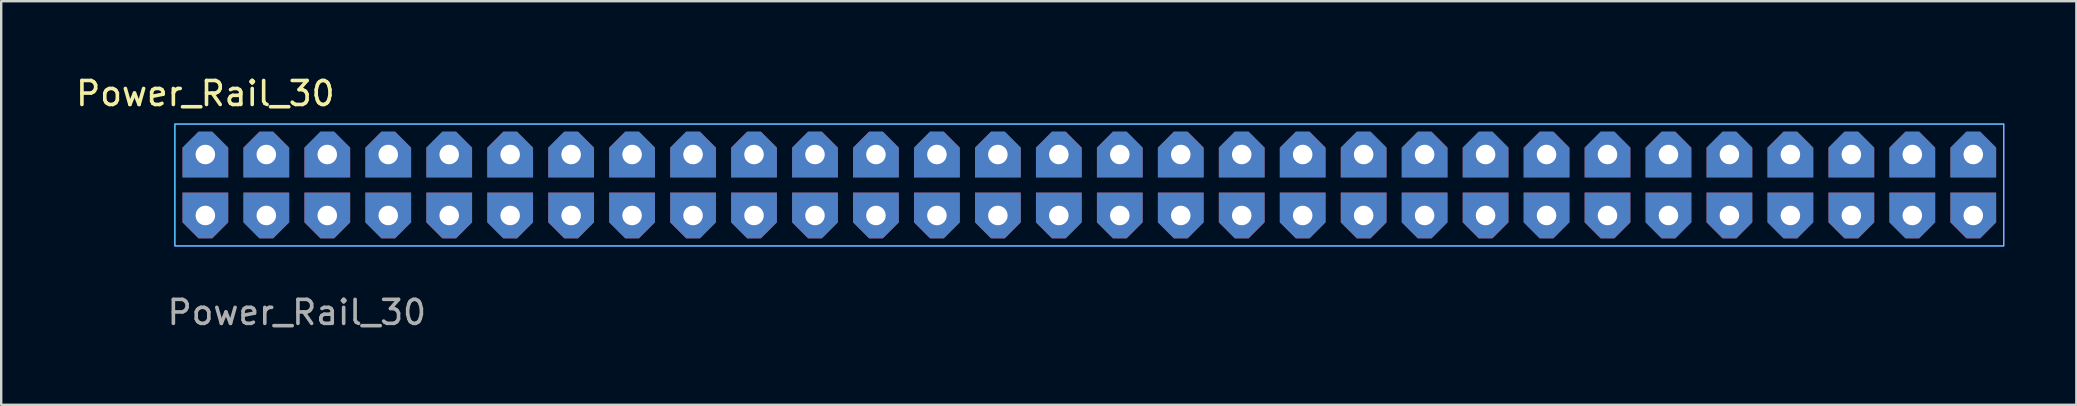
<source format=kicad_pcb>
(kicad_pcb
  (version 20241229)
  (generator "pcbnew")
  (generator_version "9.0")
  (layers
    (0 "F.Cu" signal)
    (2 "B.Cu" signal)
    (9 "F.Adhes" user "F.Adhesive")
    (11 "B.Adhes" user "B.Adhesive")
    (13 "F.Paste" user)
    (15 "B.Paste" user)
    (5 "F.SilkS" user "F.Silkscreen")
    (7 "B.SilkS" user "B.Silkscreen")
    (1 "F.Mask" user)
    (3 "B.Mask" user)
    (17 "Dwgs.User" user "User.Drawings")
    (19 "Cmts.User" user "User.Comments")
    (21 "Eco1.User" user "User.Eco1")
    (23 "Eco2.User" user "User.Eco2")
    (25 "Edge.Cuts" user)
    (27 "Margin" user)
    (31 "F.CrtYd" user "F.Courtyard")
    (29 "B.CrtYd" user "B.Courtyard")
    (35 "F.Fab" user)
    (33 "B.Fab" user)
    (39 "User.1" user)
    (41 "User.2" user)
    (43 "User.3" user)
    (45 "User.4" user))
  (footprint "Power_Rail_30"
    (layer "F.Cu")
    (at 5.506 3.388)
    (property "Reference" "Power_Rail_30" (at 0 -2.54 0) (unlocked yes) (layer "F.SilkS") (effects (font (size 1 1) (thickness 0.15))))
    (attr through_hole)
    (fp_rect (start 74.93 3.81) (end -1.27 -1.27) (stroke (width 0.05) (type default)) (fill no) (layer "B.CrtYd"))
    (fp_rect (start 74.93 3.81) (end -1.27 -1.27) (stroke (width 0.05) (type default)) (fill no) (layer "F.CrtYd"))
    (fp_text user "${REFERENCE}" (at 3.81 6.58 0) (unlocked yes) (layer "F.Fab") (effects (font (size 1 1) (thickness 0.15))))
    (pad "1" thru_hole roundrect (at 0 0) (size 1.905 1.905) (drill 0.813) (layers "*.Cu" "*.Mask") (roundrect_rratio 0) (chamfer_ratio 0.35) (chamfer top_left top_right))
    (pad "1" thru_hole roundrect (at 2.54 0) (size 1.905 1.905) (drill 0.813) (layers "*.Cu" "*.Mask") (roundrect_rratio 0) (chamfer_ratio 0.35) (chamfer top_left top_right))
    (pad "1" thru_hole roundrect (at 5.08 0) (size 1.905 1.905) (drill 0.813) (layers "*.Cu" "*.Mask") (roundrect_rratio 0) (chamfer_ratio 0.35) (chamfer top_left top_right))
    (pad "1" thru_hole roundrect (at 7.62 0) (size 1.905 1.905) (drill 0.813) (layers "*.Cu" "*.Mask") (roundrect_rratio 0) (chamfer_ratio 0.35) (chamfer top_left top_right))
    (pad "1" thru_hole roundrect (at 10.16 0) (size 1.905 1.905) (drill 0.813) (layers "*.Cu" "*.Mask") (roundrect_rratio 0) (chamfer_ratio 0.35) (chamfer top_left top_right))
    (pad "1" thru_hole roundrect (at 12.7 0) (size 1.905 1.905) (drill 0.813) (layers "*.Cu" "*.Mask") (roundrect_rratio 0) (chamfer_ratio 0.35) (chamfer top_left top_right))
    (pad "1" thru_hole roundrect (at 15.24 0) (size 1.905 1.905) (drill 0.813) (layers "*.Cu" "*.Mask") (roundrect_rratio 0) (chamfer_ratio 0.35) (chamfer top_left top_right))
    (pad "1" thru_hole roundrect (at 17.78 0) (size 1.905 1.905) (drill 0.813) (layers "*.Cu" "*.Mask") (roundrect_rratio 0) (chamfer_ratio 0.35) (chamfer top_left top_right))
    (pad "1" thru_hole roundrect (at 20.32 0) (size 1.905 1.905) (drill 0.813) (layers "*.Cu" "*.Mask") (roundrect_rratio 0) (chamfer_ratio 0.35) (chamfer top_left top_right))
    (pad "1" thru_hole roundrect (at 22.86 0) (size 1.905 1.905) (drill 0.813) (layers "*.Cu" "*.Mask") (roundrect_rratio 0) (chamfer_ratio 0.35) (chamfer top_left top_right))
    (pad "1" thru_hole roundrect (at 25.4 0) (size 1.905 1.905) (drill 0.813) (layers "*.Cu" "*.Mask") (roundrect_rratio 0) (chamfer_ratio 0.35) (chamfer top_left top_right))
    (pad "1" thru_hole roundrect (at 27.94 0) (size 1.905 1.905) (drill 0.813) (layers "*.Cu" "*.Mask") (roundrect_rratio 0) (chamfer_ratio 0.35) (chamfer top_left top_right))
    (pad "1" thru_hole roundrect (at 30.48 0) (size 1.905 1.905) (drill 0.813) (layers "*.Cu" "*.Mask") (roundrect_rratio 0) (chamfer_ratio 0.35) (chamfer top_left top_right))
    (pad "1" thru_hole roundrect (at 33.02 0) (size 1.905 1.905) (drill 0.813) (layers "*.Cu" "*.Mask") (roundrect_rratio 0) (chamfer_ratio 0.35) (chamfer top_left top_right))
    (pad "1" thru_hole roundrect (at 35.56 0) (size 1.905 1.905) (drill 0.813) (layers "*.Cu" "*.Mask") (roundrect_rratio 0) (chamfer_ratio 0.35) (chamfer top_left top_right))
    (pad "1" thru_hole roundrect (at 38.1 0) (size 1.905 1.905) (drill 0.813) (layers "*.Cu" "*.Mask") (roundrect_rratio 0) (chamfer_ratio 0.35) (chamfer top_left top_right))
    (pad "1" thru_hole roundrect (at 40.64 0) (size 1.905 1.905) (drill 0.813) (layers "*.Cu" "*.Mask") (roundrect_rratio 0) (chamfer_ratio 0.35) (chamfer top_left top_right))
    (pad "1" thru_hole roundrect (at 43.18 0) (size 1.905 1.905) (drill 0.813) (layers "*.Cu" "*.Mask") (roundrect_rratio 0) (chamfer_ratio 0.35) (chamfer top_left top_right))
    (pad "1" thru_hole roundrect (at 45.72 0) (size 1.905 1.905) (drill 0.813) (layers "*.Cu" "*.Mask") (roundrect_rratio 0) (chamfer_ratio 0.35) (chamfer top_left top_right))
    (pad "1" thru_hole roundrect (at 48.26 0) (size 1.905 1.905) (drill 0.813) (layers "*.Cu" "*.Mask") (roundrect_rratio 0) (chamfer_ratio 0.35) (chamfer top_left top_right))
    (pad "1" thru_hole roundrect (at 50.8 0) (size 1.905 1.905) (drill 0.813) (layers "*.Cu" "*.Mask") (roundrect_rratio 0) (chamfer_ratio 0.35) (chamfer top_left top_right))
    (pad "1" thru_hole roundrect (at 53.34 0) (size 1.905 1.905) (drill 0.813) (layers "*.Cu" "*.Mask") (roundrect_rratio 0) (chamfer_ratio 0.35) (chamfer top_left top_right))
    (pad "1" thru_hole roundrect (at 55.88 0) (size 1.905 1.905) (drill 0.813) (layers "*.Cu" "*.Mask") (roundrect_rratio 0) (chamfer_ratio 0.35) (chamfer top_left top_right))
    (pad "1" thru_hole roundrect (at 58.42 0) (size 1.905 1.905) (drill 0.813) (layers "*.Cu" "*.Mask") (roundrect_rratio 0) (chamfer_ratio 0.35) (chamfer top_left top_right))
    (pad "1" thru_hole roundrect (at 60.96 0) (size 1.905 1.905) (drill 0.813) (layers "*.Cu" "*.Mask") (roundrect_rratio 0) (chamfer_ratio 0.35) (chamfer top_left top_right))
    (pad "1" thru_hole roundrect (at 63.5 0) (size 1.905 1.905) (drill 0.813) (layers "*.Cu" "*.Mask") (roundrect_rratio 0) (chamfer_ratio 0.35) (chamfer top_left top_right))
    (pad "1" thru_hole roundrect (at 66.04 0) (size 1.905 1.905) (drill 0.813) (layers "*.Cu" "*.Mask") (roundrect_rratio 0) (chamfer_ratio 0.35) (chamfer top_left top_right))
    (pad "1" thru_hole roundrect (at 68.58 0) (size 1.905 1.905) (drill 0.813) (layers "*.Cu" "*.Mask") (roundrect_rratio 0) (chamfer_ratio 0.35) (chamfer top_left top_right))
    (pad "1" thru_hole roundrect (at 71.12 0) (size 1.905 1.905) (drill 0.813) (layers "*.Cu" "*.Mask") (roundrect_rratio 0) (chamfer_ratio 0.35) (chamfer top_left top_right))
    (pad "1" thru_hole roundrect (at 73.66 0) (size 1.905 1.905) (drill 0.813) (layers "*.Cu" "*.Mask") (roundrect_rratio 0) (chamfer_ratio 0.35) (chamfer top_left top_right))
    (pad "2" thru_hole roundrect (at 0 2.54) (size 1.905 1.905) (drill 0.813) (layers "*.Cu" "*.Mask") (roundrect_rratio 0) (chamfer_ratio 0.35) (chamfer bottom_left bottom_right))
    (pad "2" thru_hole roundrect (at 2.54 2.54) (size 1.905 1.905) (drill 0.813) (layers "*.Cu" "*.Mask") (roundrect_rratio 0) (chamfer_ratio 0.35) (chamfer bottom_left bottom_right))
    (pad "2" thru_hole roundrect (at 5.08 2.54) (size 1.905 1.905) (drill 0.813) (layers "*.Cu" "*.Mask") (roundrect_rratio 0) (chamfer_ratio 0.35) (chamfer bottom_left bottom_right))
    (pad "2" thru_hole roundrect (at 7.62 2.54) (size 1.905 1.905) (drill 0.813) (layers "*.Cu" "*.Mask") (roundrect_rratio 0) (chamfer_ratio 0.35) (chamfer bottom_left bottom_right))
    (pad "2" thru_hole roundrect (at 10.16 2.54) (size 1.905 1.905) (drill 0.813) (layers "*.Cu" "*.Mask") (roundrect_rratio 0) (chamfer_ratio 0.35) (chamfer bottom_left bottom_right))
    (pad "2" thru_hole roundrect (at 12.7 2.54) (size 1.905 1.905) (drill 0.813) (layers "*.Cu" "*.Mask") (roundrect_rratio 0) (chamfer_ratio 0.35) (chamfer bottom_left bottom_right))
    (pad "2" thru_hole roundrect (at 15.24 2.54) (size 1.905 1.905) (drill 0.813) (layers "*.Cu" "*.Mask") (roundrect_rratio 0) (chamfer_ratio 0.35) (chamfer bottom_left bottom_right))
    (pad "2" thru_hole roundrect (at 17.78 2.54) (size 1.905 1.905) (drill 0.813) (layers "*.Cu" "*.Mask") (roundrect_rratio 0) (chamfer_ratio 0.35) (chamfer bottom_left bottom_right))
    (pad "2" thru_hole roundrect (at 20.32 2.54) (size 1.905 1.905) (drill 0.813) (layers "*.Cu" "*.Mask") (roundrect_rratio 0) (chamfer_ratio 0.35) (chamfer bottom_left bottom_right))
    (pad "2" thru_hole roundrect (at 22.86 2.54) (size 1.905 1.905) (drill 0.813) (layers "*.Cu" "*.Mask") (roundrect_rratio 0) (chamfer_ratio 0.35) (chamfer bottom_left bottom_right))
    (pad "2" thru_hole roundrect (at 25.4 2.54) (size 1.905 1.905) (drill 0.813) (layers "*.Cu" "*.Mask") (roundrect_rratio 0) (chamfer_ratio 0.35) (chamfer bottom_left bottom_right))
    (pad "2" thru_hole roundrect (at 27.94 2.54) (size 1.905 1.905) (drill 0.813) (layers "*.Cu" "*.Mask") (roundrect_rratio 0) (chamfer_ratio 0.35) (chamfer bottom_left bottom_right))
    (pad "2" thru_hole roundrect (at 30.48 2.54) (size 1.905 1.905) (drill 0.813) (layers "*.Cu" "*.Mask") (roundrect_rratio 0) (chamfer_ratio 0.35) (chamfer bottom_left bottom_right))
    (pad "2" thru_hole roundrect (at 33.02 2.54) (size 1.905 1.905) (drill 0.813) (layers "*.Cu" "*.Mask") (roundrect_rratio 0) (chamfer_ratio 0.35) (chamfer bottom_left bottom_right))
    (pad "2" thru_hole roundrect (at 35.56 2.54) (size 1.905 1.905) (drill 0.813) (layers "*.Cu" "*.Mask") (roundrect_rratio 0) (chamfer_ratio 0.35) (chamfer bottom_left bottom_right))
    (pad "2" thru_hole roundrect (at 38.1 2.54) (size 1.905 1.905) (drill 0.813) (layers "*.Cu" "*.Mask") (roundrect_rratio 0) (chamfer_ratio 0.35) (chamfer bottom_left bottom_right))
    (pad "2" thru_hole roundrect (at 40.64 2.54) (size 1.905 1.905) (drill 0.813) (layers "*.Cu" "*.Mask") (roundrect_rratio 0) (chamfer_ratio 0.35) (chamfer bottom_left bottom_right))
    (pad "2" thru_hole roundrect (at 43.18 2.54) (size 1.905 1.905) (drill 0.813) (layers "*.Cu" "*.Mask") (roundrect_rratio 0) (chamfer_ratio 0.35) (chamfer bottom_left bottom_right))
    (pad "2" thru_hole roundrect (at 45.72 2.54) (size 1.905 1.905) (drill 0.813) (layers "*.Cu" "*.Mask") (roundrect_rratio 0) (chamfer_ratio 0.35) (chamfer bottom_left bottom_right))
    (pad "2" thru_hole roundrect (at 48.26 2.54) (size 1.905 1.905) (drill 0.813) (layers "*.Cu" "*.Mask") (roundrect_rratio 0) (chamfer_ratio 0.35) (chamfer bottom_left bottom_right))
    (pad "2" thru_hole roundrect (at 50.8 2.54) (size 1.905 1.905) (drill 0.813) (layers "*.Cu" "*.Mask") (roundrect_rratio 0) (chamfer_ratio 0.35) (chamfer bottom_left bottom_right))
    (pad "2" thru_hole roundrect (at 53.34 2.54) (size 1.905 1.905) (drill 0.813) (layers "*.Cu" "*.Mask") (roundrect_rratio 0) (chamfer_ratio 0.35) (chamfer bottom_left bottom_right))
    (pad "2" thru_hole roundrect (at 55.88 2.54) (size 1.905 1.905) (drill 0.813) (layers "*.Cu" "*.Mask") (roundrect_rratio 0) (chamfer_ratio 0.35) (chamfer bottom_left bottom_right))
    (pad "2" thru_hole roundrect (at 58.42 2.54) (size 1.905 1.905) (drill 0.813) (layers "*.Cu" "*.Mask") (roundrect_rratio 0) (chamfer_ratio 0.35) (chamfer bottom_left bottom_right))
    (pad "2" thru_hole roundrect (at 60.96 2.54) (size 1.905 1.905) (drill 0.813) (layers "*.Cu" "*.Mask") (roundrect_rratio 0) (chamfer_ratio 0.35) (chamfer bottom_left bottom_right))
    (pad "2" thru_hole roundrect (at 63.5 2.54) (size 1.905 1.905) (drill 0.813) (layers "*.Cu" "*.Mask") (roundrect_rratio 0) (chamfer_ratio 0.35) (chamfer bottom_left bottom_right))
    (pad "2" thru_hole roundrect (at 66.04 2.54) (size 1.905 1.905) (drill 0.813) (layers "*.Cu" "*.Mask") (roundrect_rratio 0) (chamfer_ratio 0.35) (chamfer bottom_left bottom_right))
    (pad "2" thru_hole roundrect (at 68.58 2.54) (size 1.905 1.905) (drill 0.813) (layers "*.Cu" "*.Mask") (roundrect_rratio 0) (chamfer_ratio 0.35) (chamfer bottom_left bottom_right))
    (pad "2" thru_hole roundrect (at 71.12 2.54) (size 1.905 1.905) (drill 0.813) (layers "*.Cu" "*.Mask") (roundrect_rratio 0) (chamfer_ratio 0.35) (chamfer bottom_left bottom_right))
    (pad "2" thru_hole roundrect (at 73.66 2.54) (size 1.905 1.905) (drill 0.813) (layers "*.Cu" "*.Mask") (roundrect_rratio 0) (chamfer_ratio 0.35) (chamfer bottom_left bottom_right)))
  (gr_rect
    (start -3 -3)
    (end 83.461 13.816)
    (stroke (width 0.1) (type default))
    (fill no)
    (layer "Edge.Cuts")))
</source>
